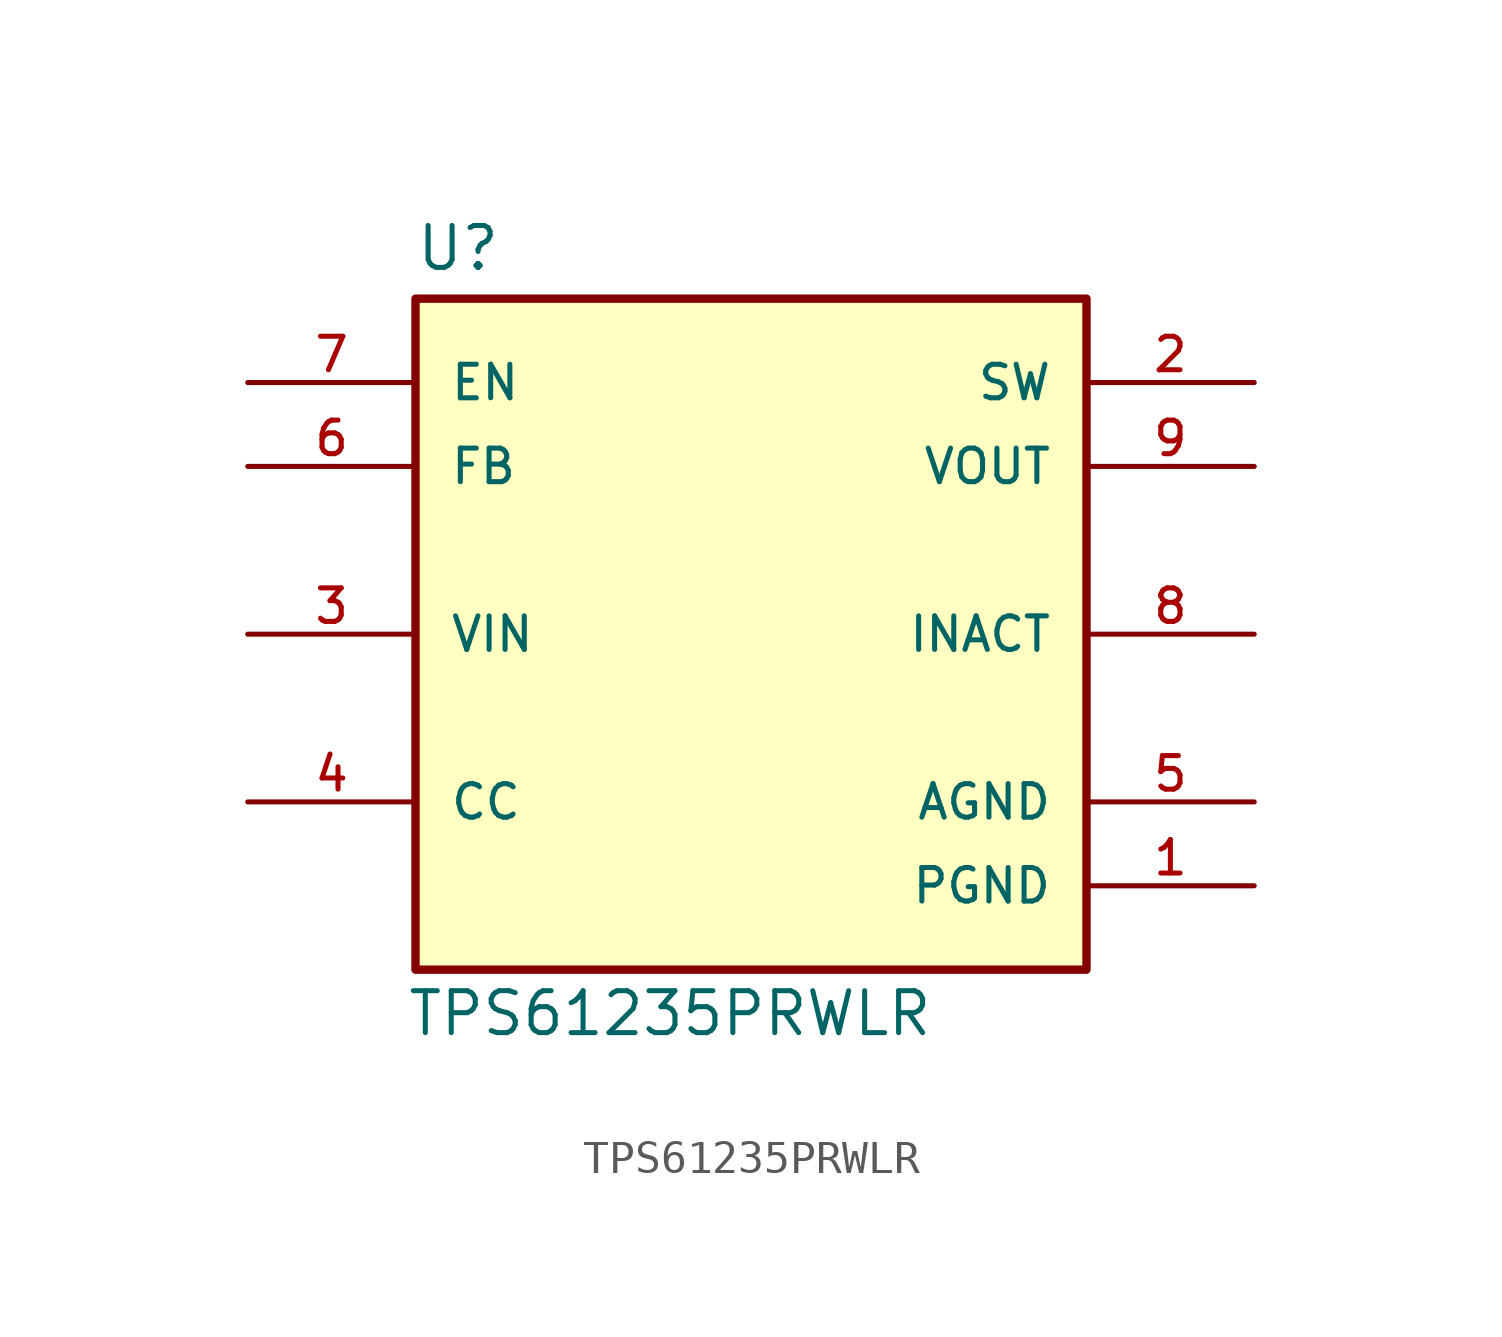
<source format=kicad_sym>
(kicad_symbol_lib
  (version 20211014)
  (generator kicad_symbol_editor)
  (symbol "TPS61235PRWLR"
    (pin_names
      (offset 1.016))
    (property "Reference" "U"
      (at -10.18 10.943 0)
      (effects (font (size 1.27 1.27)) (justify bottom left)))
    (property "Value" "TPS61235PRWLR"
      (at -10.447 -12.23 0)
      (effects (font (size 1.27 1.27)) (justify bottom left)))
    (symbol "TPS61235PRWLR_0_0"
      (rectangle (start -10.16 -10.16) (end 10.16 10.16) (stroke (width 0.254)) (fill (type background)))
      (pin power_in line (at 15.24 -7.62 180.0) (length 5.08) (name "PGND" (effects (font (size 1.016 1.016)))) (number "1" (effects (font (size 1.016 1.016)))))
      (pin power_in line (at 15.24 7.62 180.0) (length 5.08) (name "SW" (effects (font (size 1.016 1.016)))) (number "2" (effects (font (size 1.016 1.016)))))
      (pin input line (at -15.24 0.0 0) (length 5.08) (name "VIN" (effects (font (size 1.016 1.016)))) (number "3" (effects (font (size 1.016 1.016)))))
      (pin input line (at -15.24 -5.08 0) (length 5.08) (name "CC" (effects (font (size 1.016 1.016)))) (number "4" (effects (font (size 1.016 1.016)))))
      (pin power_in line (at 15.24 -5.08 180.0) (length 5.08) (name "AGND" (effects (font (size 1.016 1.016)))) (number "5" (effects (font (size 1.016 1.016)))))
      (pin input line (at -15.24 5.08 0) (length 5.08) (name "FB" (effects (font (size 1.016 1.016)))) (number "6" (effects (font (size 1.016 1.016)))))
      (pin input line (at -15.24 7.62 0) (length 5.08) (name "EN" (effects (font (size 1.016 1.016)))) (number "7" (effects (font (size 1.016 1.016)))))
      (pin output line (at 15.24 0.0 180.0) (length 5.08) (name "INACT" (effects (font (size 1.016 1.016)))) (number "8" (effects (font (size 1.016 1.016)))))
      (pin power_in line (at 15.24 5.08 180.0) (length 5.08) (name "VOUT" (effects (font (size 1.016 1.016)))) (number "9" (effects (font (size 1.016 1.016))))))))
</source>
